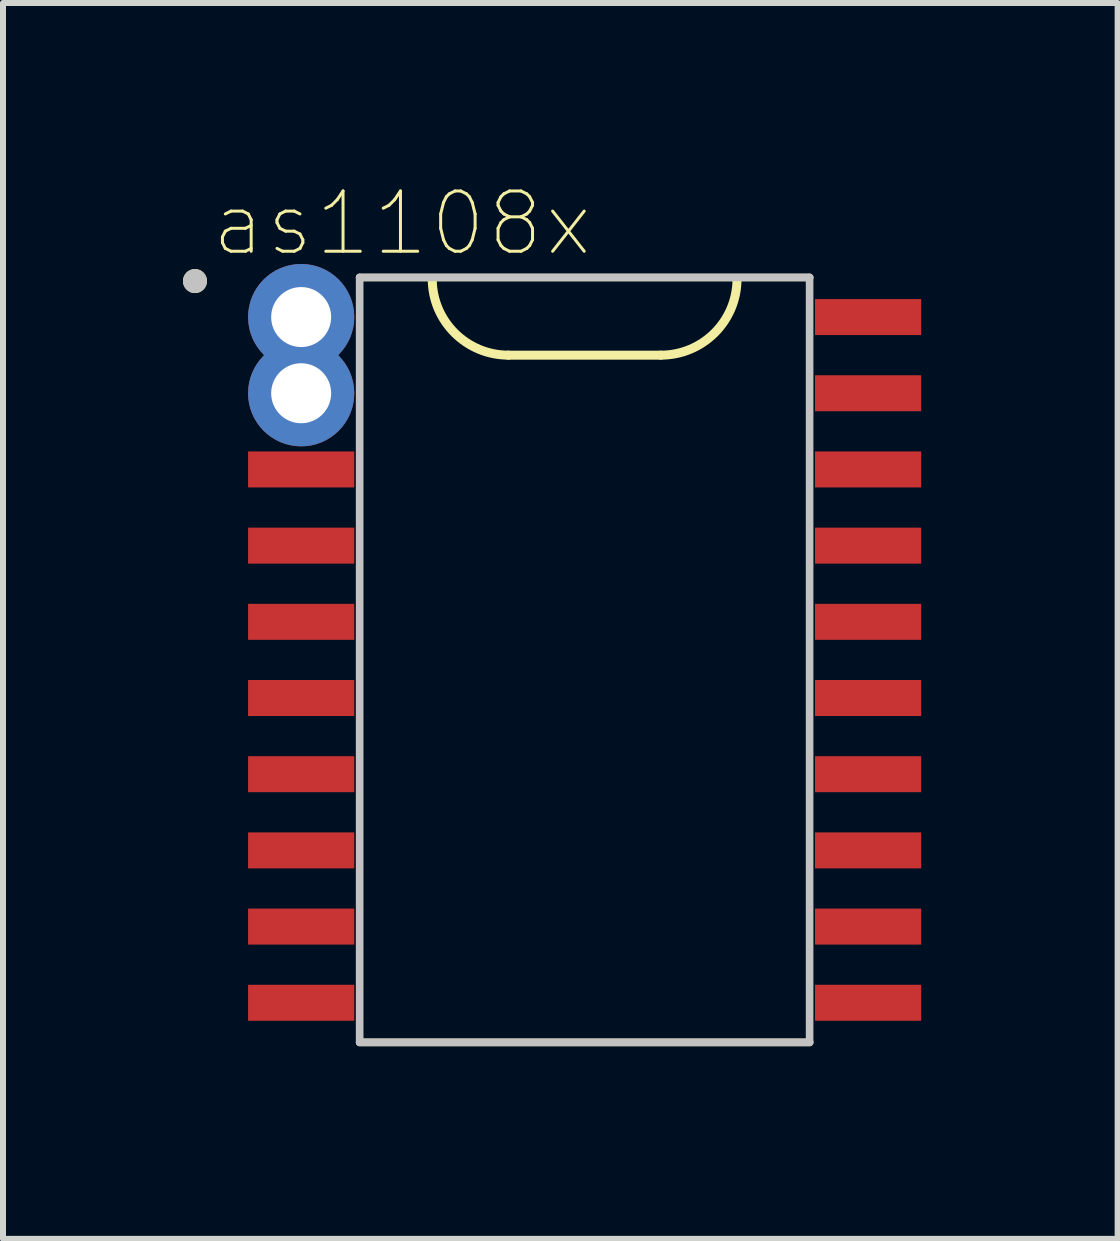
<source format=kicad_pcb>
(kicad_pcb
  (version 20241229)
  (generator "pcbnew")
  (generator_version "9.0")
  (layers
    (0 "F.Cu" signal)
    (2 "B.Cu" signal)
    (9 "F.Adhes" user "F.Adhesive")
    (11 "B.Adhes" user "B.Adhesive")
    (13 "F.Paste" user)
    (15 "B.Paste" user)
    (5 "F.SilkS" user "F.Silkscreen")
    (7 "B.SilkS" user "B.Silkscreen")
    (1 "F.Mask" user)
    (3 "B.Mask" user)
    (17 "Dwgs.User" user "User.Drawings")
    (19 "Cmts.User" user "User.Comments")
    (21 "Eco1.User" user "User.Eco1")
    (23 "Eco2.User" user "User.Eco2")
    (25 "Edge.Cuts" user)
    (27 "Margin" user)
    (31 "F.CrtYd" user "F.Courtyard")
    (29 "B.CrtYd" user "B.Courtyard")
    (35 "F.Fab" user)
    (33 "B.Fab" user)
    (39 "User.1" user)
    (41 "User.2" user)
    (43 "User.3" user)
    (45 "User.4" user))
  (footprint "as1108x"
    (layer "F.Cu")
    (at 6.695 7.95)
    (property "Reference" "as1108x" (at -3.046 -7.274 0) (layer "F.SilkS") (effects (font (size 1.005 1.005) (thickness 0.05))))
    (attr smd)
    (fp_line (start -3.75 -6.375) (end 3.75 -6.375) (stroke (width 0.127) (type solid)) (layer "F.SilkS"))
    (fp_line (start -3.75 6.375) (end 3.75 6.375) (stroke (width 0.127) (type solid)) (layer "F.SilkS"))
    (fp_line (start 1.27 -5.08) (end -1.27 -5.08) (stroke (width 0.15) (type solid)) (layer "F.SilkS"))
    (fp_arc (start -1.27 -5.08) (mid -2.168026 -5.451974) (end -2.54 -6.35) (stroke (width 0.15) (type solid)) (layer "F.SilkS"))
    (fp_arc (start 2.54 -6.35) (mid 2.168026 -5.451974) (end 1.27 -5.08) (stroke (width 0.15) (type solid)) (layer "F.SilkS"))
    (fp_circle (center -6.495 -6.315) (end -6.295 -6.315) (stroke (width 0) (type solid)) (fill yes) (layer "F.SilkS"))
    (fp_line (start -3.75 -6.375) (end -3.75 6.375) (stroke (width 0.127) (type solid)) (layer "Dwgs.User"))
    (fp_line (start -3.75 -6.375) (end 3.75 -6.375) (stroke (width 0.127) (type solid)) (layer "Dwgs.User"))
    (fp_line (start -3.75 6.375) (end 3.75 6.375) (stroke (width 0.127) (type solid)) (layer "Dwgs.User"))
    (fp_line (start 3.75 -6.375) (end 3.75 6.375) (stroke (width 0.127) (type solid)) (layer "Dwgs.User"))
    (fp_circle (center -6.495 -6.315) (end -6.295 -6.315) (stroke (width 0) (type solid)) (fill yes) (layer "Dwgs.User"))
    (fp_line (start -5.86 -6.625) (end -5.86 6.625) (stroke (width 0.05) (type solid)) (layer "Eco1.User"))
    (fp_line (start -5.86 -6.625) (end 5.86 -6.625) (stroke (width 0.05) (type solid)) (layer "Eco1.User"))
    (fp_line (start -5.86 6.625) (end 5.86 6.625) (stroke (width 0.05) (type solid)) (layer "Eco1.User"))
    (fp_line (start 5.86 -6.625) (end 5.86 6.625) (stroke (width 0.05) (type solid)) (layer "Eco1.User"))
    (pad "1" thru_hole circle (at -4.725 -5.715) (size 1.77 1.77) (drill 1) (layers "*.Cu" "*.Mask"))
    (pad "2" thru_hole circle (at -4.725 -4.445) (size 1.77 1.77) (drill 1) (layers "*.Cu" "*.Mask"))
    (pad "3" smd rect (at -4.725 -3.175) (size 1.77 0.6) (layers "F.Cu" "F.Mask" "F.Paste"))
    (pad "4" smd rect (at -4.725 -1.905) (size 1.77 0.6) (layers "F.Cu" "F.Mask" "F.Paste"))
    (pad "5" smd rect (at -4.725 -0.635) (size 1.77 0.6) (layers "F.Cu" "F.Mask" "F.Paste"))
    (pad "6" smd rect (at -4.725 0.635) (size 1.77 0.6) (layers "F.Cu" "F.Mask" "F.Paste"))
    (pad "7" smd rect (at -4.725 1.905) (size 1.77 0.6) (layers "F.Cu" "F.Mask" "F.Paste"))
    (pad "8" smd rect (at -4.725 3.175) (size 1.77 0.6) (layers "F.Cu" "F.Mask" "F.Paste"))
    (pad "9" smd rect (at -4.725 4.445) (size 1.77 0.6) (layers "F.Cu" "F.Mask" "F.Paste"))
    (pad "10" smd rect (at -4.725 5.715) (size 1.77 0.6) (layers "F.Cu" "F.Mask" "F.Paste"))
    (pad "11" smd rect (at 4.725 5.715) (size 1.77 0.6) (layers "F.Cu" "F.Mask" "F.Paste"))
    (pad "12" smd rect (at 4.725 4.445) (size 1.77 0.6) (layers "F.Cu" "F.Mask" "F.Paste"))
    (pad "13" smd rect (at 4.725 3.175) (size 1.77 0.6) (layers "F.Cu" "F.Mask" "F.Paste"))
    (pad "14" smd rect (at 4.725 1.905) (size 1.77 0.6) (layers "F.Cu" "F.Mask" "F.Paste"))
    (pad "15" smd rect (at 4.725 0.635) (size 1.77 0.6) (layers "F.Cu" "F.Mask" "F.Paste"))
    (pad "16" smd rect (at 4.725 -0.635) (size 1.77 0.6) (layers "F.Cu" "F.Mask" "F.Paste"))
    (pad "17" smd rect (at 4.725 -1.905) (size 1.77 0.6) (layers "F.Cu" "F.Mask" "F.Paste"))
    (pad "18" smd rect (at 4.725 -3.175) (size 1.77 0.6) (layers "F.Cu" "F.Mask" "F.Paste"))
    (pad "19" smd rect (at 4.725 -4.445) (size 1.77 0.6) (layers "F.Cu" "F.Mask" "F.Paste"))
    (pad "20" smd rect (at 4.725 -5.715) (size 1.77 0.6) (layers "F.Cu" "F.Mask" "F.Paste")))
  (gr_rect
    (start -3 -3)
    (end 15.58 17.6)
    (stroke (width 0.1) (type default))
    (fill no)
    (layer "Edge.Cuts")))
</source>
